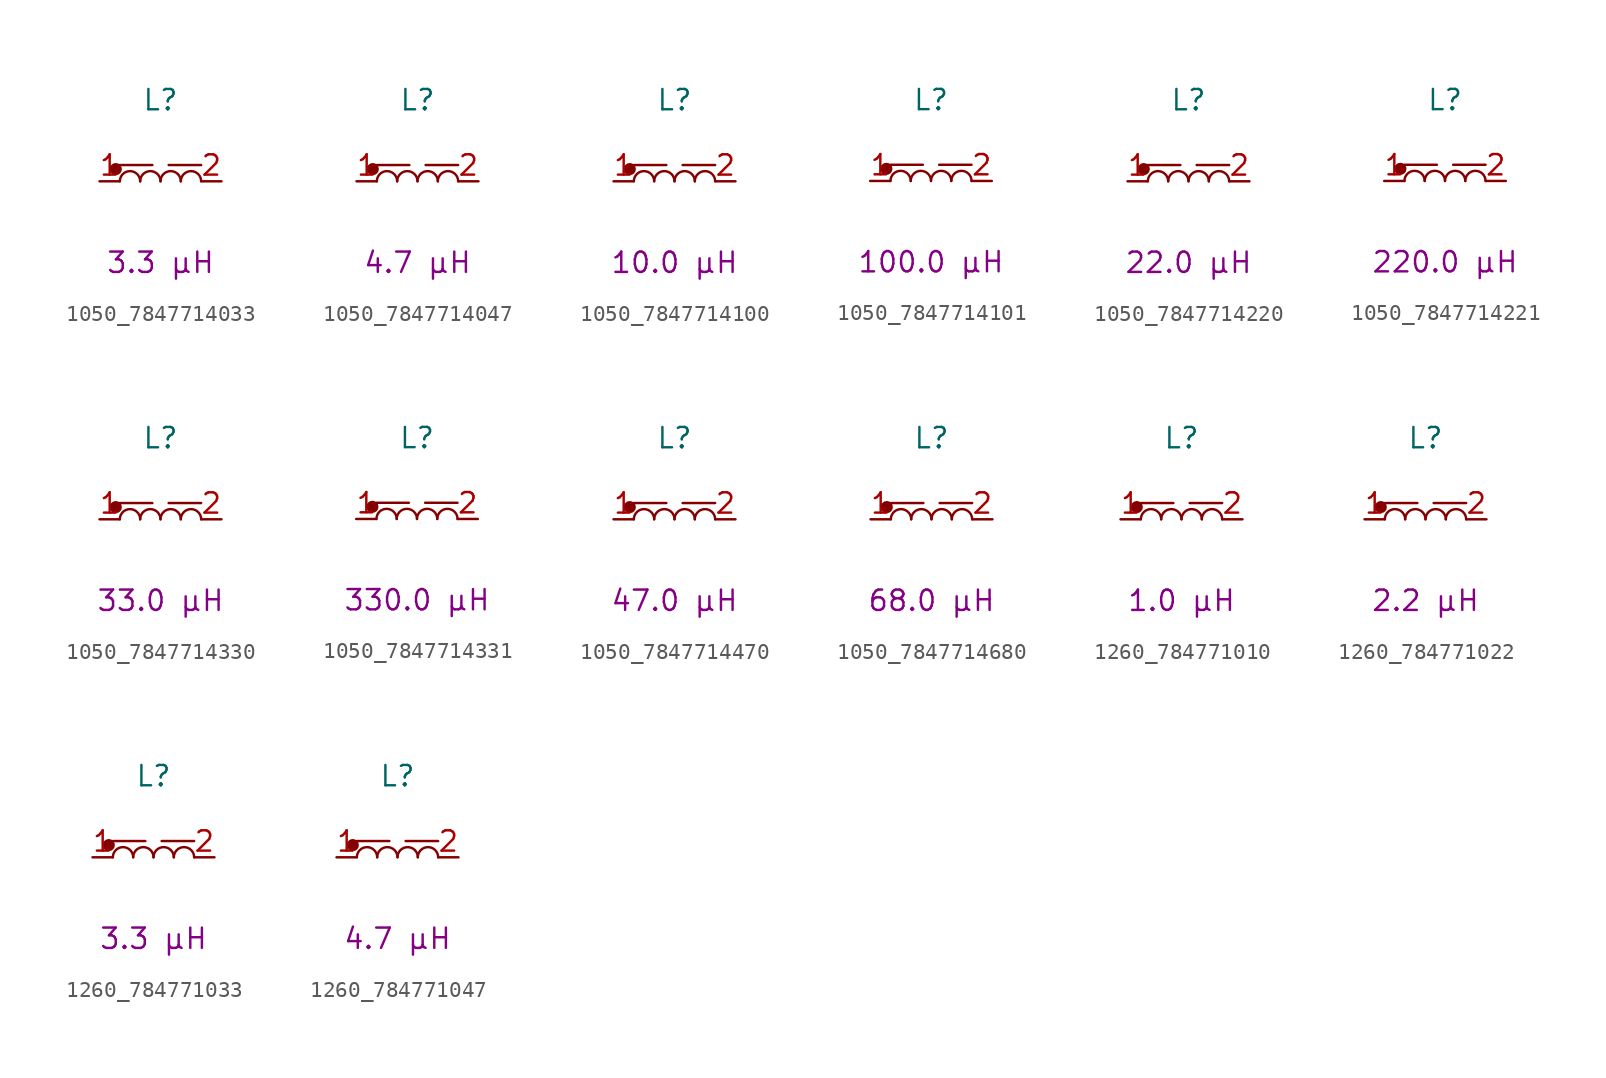
<source format=kicad_sym>
(kicad_symbol_lib
  (version 20220914)
  (generator kicad_symbol_editor)
  (symbol "1050_7847714033"
    (pin_names hide)
    (property "Reference" "L"
      (at 0 5.08 0)
      (effects (font (size 1.27 1.27))))
    (property "Critical Parameter" "3.3 µH"
      (at 0 -5.08 0)
      (effects (font (size 1.27 1.27))))
    (symbol "1050_7847714033_0_1"
      (arc (start -1.27 0) (mid -1.905 0.6323) (end -2.54 0) (stroke (width 0) (type default)) (fill (type none)))
      (arc (start 0 0) (mid -0.635 0.6323) (end -1.27 0) (stroke (width 0) (type default)) (fill (type none)))
      (polyline (pts (xy -2.54 1.016) (xy -0.508 1.016)) (stroke (width 0) (type default)) (fill (type none)))
      (arc (start 1.27 0) (mid 0.635 0.6323) (end 0 0) (stroke (width 0) (type default)) (fill (type none)))
      (arc (start 2.54 0) (mid 1.905 0.6323) (end 1.27 0) (stroke (width 0) (type default)) (fill (type none))))
    (symbol "1050_7847714033_1_1"
      (circle (center -2.794 0.762) (radius 0.0001) (stroke (width 0.381) (type default)) (fill (type none)))
      (polyline (pts (xy 2.54 1.016) (xy 0.508 1.016)) (stroke (width 0) (type default)) (fill (type none)))
      (pin passive line (at -3.81 0 0) (length 1.27) (name "1" (effects (font (size 1.27 1.27)))) (number "1" (effects (font (size 1.27 1.27)))))
      (pin passive line (at 3.81 0 180) (length 1.27) (name "2" (effects (font (size 1.27 1.27)))) (number "2" (effects (font (size 1.27 1.27)))))))
  (symbol "1050_7847714047"
    (pin_names hide)
    (property "Reference" "L"
      (at 0 5.08 0)
      (effects (font (size 1.27 1.27))))
    (property "Critical Parameter" "4.7 µH"
      (at 0 -5.08 0)
      (effects (font (size 1.27 1.27))))
    (symbol "1050_7847714047_0_1"
      (arc (start -1.27 0) (mid -1.905 0.6323) (end -2.54 0) (stroke (width 0) (type default)) (fill (type none)))
      (arc (start 0 0) (mid -0.635 0.6323) (end -1.27 0) (stroke (width 0) (type default)) (fill (type none)))
      (polyline (pts (xy -2.54 1.016) (xy -0.508 1.016)) (stroke (width 0) (type default)) (fill (type none)))
      (arc (start 1.27 0) (mid 0.635 0.6323) (end 0 0) (stroke (width 0) (type default)) (fill (type none)))
      (arc (start 2.54 0) (mid 1.905 0.6323) (end 1.27 0) (stroke (width 0) (type default)) (fill (type none))))
    (symbol "1050_7847714047_1_1"
      (circle (center -2.794 0.762) (radius 0.0001) (stroke (width 0.381) (type default)) (fill (type none)))
      (polyline (pts (xy 2.54 1.016) (xy 0.508 1.016)) (stroke (width 0) (type default)) (fill (type none)))
      (pin passive line (at -3.81 0 0) (length 1.27) (name "1" (effects (font (size 1.27 1.27)))) (number "1" (effects (font (size 1.27 1.27)))))
      (pin passive line (at 3.81 0 180) (length 1.27) (name "2" (effects (font (size 1.27 1.27)))) (number "2" (effects (font (size 1.27 1.27)))))))
  (symbol "1050_7847714100"
    (pin_names hide)
    (property "Reference" "L"
      (at 0 5.08 0)
      (effects (font (size 1.27 1.27))))
    (property "Critical Parameter" "10.0 µH"
      (at 0 -5.08 0)
      (effects (font (size 1.27 1.27))))
    (symbol "1050_7847714100_0_1"
      (arc (start -1.27 0) (mid -1.905 0.6323) (end -2.54 0) (stroke (width 0) (type default)) (fill (type none)))
      (arc (start 0 0) (mid -0.635 0.6323) (end -1.27 0) (stroke (width 0) (type default)) (fill (type none)))
      (polyline (pts (xy -2.54 1.016) (xy -0.508 1.016)) (stroke (width 0) (type default)) (fill (type none)))
      (arc (start 1.27 0) (mid 0.635 0.6323) (end 0 0) (stroke (width 0) (type default)) (fill (type none)))
      (arc (start 2.54 0) (mid 1.905 0.6323) (end 1.27 0) (stroke (width 0) (type default)) (fill (type none))))
    (symbol "1050_7847714100_1_1"
      (circle (center -2.794 0.762) (radius 0.0001) (stroke (width 0.381) (type default)) (fill (type none)))
      (polyline (pts (xy 2.54 1.016) (xy 0.508 1.016)) (stroke (width 0) (type default)) (fill (type none)))
      (pin passive line (at -3.81 0 0) (length 1.27) (name "1" (effects (font (size 1.27 1.27)))) (number "1" (effects (font (size 1.27 1.27)))))
      (pin passive line (at 3.81 0 180) (length 1.27) (name "2" (effects (font (size 1.27 1.27)))) (number "2" (effects (font (size 1.27 1.27)))))))
  (symbol "1050_7847714101"
    (pin_names hide)
    (property "Reference" "L"
      (at 0 5.08 0)
      (effects (font (size 1.27 1.27))))
    (property "Critical Parameter" "100.0 µH"
      (at 0 -5.08 0)
      (effects (font (size 1.27 1.27))))
    (symbol "1050_7847714101_0_1"
      (arc (start -1.27 0) (mid -1.905 0.6323) (end -2.54 0) (stroke (width 0) (type default)) (fill (type none)))
      (arc (start 0 0) (mid -0.635 0.6323) (end -1.27 0) (stroke (width 0) (type default)) (fill (type none)))
      (polyline (pts (xy -2.54 1.016) (xy -0.508 1.016)) (stroke (width 0) (type default)) (fill (type none)))
      (arc (start 1.27 0) (mid 0.635 0.6323) (end 0 0) (stroke (width 0) (type default)) (fill (type none)))
      (arc (start 2.54 0) (mid 1.905 0.6323) (end 1.27 0) (stroke (width 0) (type default)) (fill (type none))))
    (symbol "1050_7847714101_1_1"
      (circle (center -2.794 0.762) (radius 0.0001) (stroke (width 0.381) (type default)) (fill (type none)))
      (polyline (pts (xy 2.54 1.016) (xy 0.508 1.016)) (stroke (width 0) (type default)) (fill (type none)))
      (pin passive line (at -3.81 0 0) (length 1.27) (name "1" (effects (font (size 1.27 1.27)))) (number "1" (effects (font (size 1.27 1.27)))))
      (pin passive line (at 3.81 0 180) (length 1.27) (name "2" (effects (font (size 1.27 1.27)))) (number "2" (effects (font (size 1.27 1.27)))))))
  (symbol "1050_7847714220"
    (pin_names hide)
    (property "Reference" "L"
      (at 0 5.08 0)
      (effects (font (size 1.27 1.27))))
    (property "Critical Parameter" "22.0 µH"
      (at 0 -5.08 0)
      (effects (font (size 1.27 1.27))))
    (symbol "1050_7847714220_0_1"
      (arc (start -1.27 0) (mid -1.905 0.6323) (end -2.54 0) (stroke (width 0) (type default)) (fill (type none)))
      (arc (start 0 0) (mid -0.635 0.6323) (end -1.27 0) (stroke (width 0) (type default)) (fill (type none)))
      (polyline (pts (xy -2.54 1.016) (xy -0.508 1.016)) (stroke (width 0) (type default)) (fill (type none)))
      (arc (start 1.27 0) (mid 0.635 0.6323) (end 0 0) (stroke (width 0) (type default)) (fill (type none)))
      (arc (start 2.54 0) (mid 1.905 0.6323) (end 1.27 0) (stroke (width 0) (type default)) (fill (type none))))
    (symbol "1050_7847714220_1_1"
      (circle (center -2.794 0.762) (radius 0.0001) (stroke (width 0.381) (type default)) (fill (type none)))
      (polyline (pts (xy 2.54 1.016) (xy 0.508 1.016)) (stroke (width 0) (type default)) (fill (type none)))
      (pin passive line (at -3.81 0 0) (length 1.27) (name "1" (effects (font (size 1.27 1.27)))) (number "1" (effects (font (size 1.27 1.27)))))
      (pin passive line (at 3.81 0 180) (length 1.27) (name "2" (effects (font (size 1.27 1.27)))) (number "2" (effects (font (size 1.27 1.27)))))))
  (symbol "1050_7847714221"
    (pin_names hide)
    (property "Reference" "L"
      (at 0 5.08 0)
      (effects (font (size 1.27 1.27))))
    (property "Critical Parameter" "220.0 µH"
      (at 0 -5.08 0)
      (effects (font (size 1.27 1.27))))
    (symbol "1050_7847714221_0_1"
      (arc (start -1.27 0) (mid -1.905 0.6323) (end -2.54 0) (stroke (width 0) (type default)) (fill (type none)))
      (arc (start 0 0) (mid -0.635 0.6323) (end -1.27 0) (stroke (width 0) (type default)) (fill (type none)))
      (polyline (pts (xy -2.54 1.016) (xy -0.508 1.016)) (stroke (width 0) (type default)) (fill (type none)))
      (arc (start 1.27 0) (mid 0.635 0.6323) (end 0 0) (stroke (width 0) (type default)) (fill (type none)))
      (arc (start 2.54 0) (mid 1.905 0.6323) (end 1.27 0) (stroke (width 0) (type default)) (fill (type none))))
    (symbol "1050_7847714221_1_1"
      (circle (center -2.794 0.762) (radius 0.0001) (stroke (width 0.381) (type default)) (fill (type none)))
      (polyline (pts (xy 2.54 1.016) (xy 0.508 1.016)) (stroke (width 0) (type default)) (fill (type none)))
      (pin passive line (at -3.81 0 0) (length 1.27) (name "1" (effects (font (size 1.27 1.27)))) (number "1" (effects (font (size 1.27 1.27)))))
      (pin passive line (at 3.81 0 180) (length 1.27) (name "2" (effects (font (size 1.27 1.27)))) (number "2" (effects (font (size 1.27 1.27)))))))
  (symbol "1050_7847714330"
    (pin_names hide)
    (property "Reference" "L"
      (at 0 5.08 0)
      (effects (font (size 1.27 1.27))))
    (property "Critical Parameter" "33.0 µH"
      (at 0 -5.08 0)
      (effects (font (size 1.27 1.27))))
    (symbol "1050_7847714330_0_1"
      (arc (start -1.27 0) (mid -1.905 0.6323) (end -2.54 0) (stroke (width 0) (type default)) (fill (type none)))
      (arc (start 0 0) (mid -0.635 0.6323) (end -1.27 0) (stroke (width 0) (type default)) (fill (type none)))
      (polyline (pts (xy -2.54 1.016) (xy -0.508 1.016)) (stroke (width 0) (type default)) (fill (type none)))
      (arc (start 1.27 0) (mid 0.635 0.6323) (end 0 0) (stroke (width 0) (type default)) (fill (type none)))
      (arc (start 2.54 0) (mid 1.905 0.6323) (end 1.27 0) (stroke (width 0) (type default)) (fill (type none))))
    (symbol "1050_7847714330_1_1"
      (circle (center -2.794 0.762) (radius 0.0001) (stroke (width 0.381) (type default)) (fill (type none)))
      (polyline (pts (xy 2.54 1.016) (xy 0.508 1.016)) (stroke (width 0) (type default)) (fill (type none)))
      (pin passive line (at -3.81 0 0) (length 1.27) (name "1" (effects (font (size 1.27 1.27)))) (number "1" (effects (font (size 1.27 1.27)))))
      (pin passive line (at 3.81 0 180) (length 1.27) (name "2" (effects (font (size 1.27 1.27)))) (number "2" (effects (font (size 1.27 1.27)))))))
  (symbol "1050_7847714331"
    (pin_names hide)
    (property "Reference" "L"
      (at 0 5.08 0)
      (effects (font (size 1.27 1.27))))
    (property "Critical Parameter" "330.0 µH"
      (at 0 -5.08 0)
      (effects (font (size 1.27 1.27))))
    (symbol "1050_7847714331_0_1"
      (arc (start -1.27 0) (mid -1.905 0.6323) (end -2.54 0) (stroke (width 0) (type default)) (fill (type none)))
      (arc (start 0 0) (mid -0.635 0.6323) (end -1.27 0) (stroke (width 0) (type default)) (fill (type none)))
      (polyline (pts (xy -2.54 1.016) (xy -0.508 1.016)) (stroke (width 0) (type default)) (fill (type none)))
      (arc (start 1.27 0) (mid 0.635 0.6323) (end 0 0) (stroke (width 0) (type default)) (fill (type none)))
      (arc (start 2.54 0) (mid 1.905 0.6323) (end 1.27 0) (stroke (width 0) (type default)) (fill (type none))))
    (symbol "1050_7847714331_1_1"
      (circle (center -2.794 0.762) (radius 0.0001) (stroke (width 0.381) (type default)) (fill (type none)))
      (polyline (pts (xy 2.54 1.016) (xy 0.508 1.016)) (stroke (width 0) (type default)) (fill (type none)))
      (pin passive line (at -3.81 0 0) (length 1.27) (name "1" (effects (font (size 1.27 1.27)))) (number "1" (effects (font (size 1.27 1.27)))))
      (pin passive line (at 3.81 0 180) (length 1.27) (name "2" (effects (font (size 1.27 1.27)))) (number "2" (effects (font (size 1.27 1.27)))))))
  (symbol "1050_7847714470"
    (pin_names hide)
    (property "Reference" "L"
      (at 0 5.08 0)
      (effects (font (size 1.27 1.27))))
    (property "Critical Parameter" "47.0 µH"
      (at 0 -5.08 0)
      (effects (font (size 1.27 1.27))))
    (symbol "1050_7847714470_0_1"
      (arc (start -1.27 0) (mid -1.905 0.6323) (end -2.54 0) (stroke (width 0) (type default)) (fill (type none)))
      (arc (start 0 0) (mid -0.635 0.6323) (end -1.27 0) (stroke (width 0) (type default)) (fill (type none)))
      (polyline (pts (xy -2.54 1.016) (xy -0.508 1.016)) (stroke (width 0) (type default)) (fill (type none)))
      (arc (start 1.27 0) (mid 0.635 0.6323) (end 0 0) (stroke (width 0) (type default)) (fill (type none)))
      (arc (start 2.54 0) (mid 1.905 0.6323) (end 1.27 0) (stroke (width 0) (type default)) (fill (type none))))
    (symbol "1050_7847714470_1_1"
      (circle (center -2.794 0.762) (radius 0.0001) (stroke (width 0.381) (type default)) (fill (type none)))
      (polyline (pts (xy 2.54 1.016) (xy 0.508 1.016)) (stroke (width 0) (type default)) (fill (type none)))
      (pin passive line (at -3.81 0 0) (length 1.27) (name "1" (effects (font (size 1.27 1.27)))) (number "1" (effects (font (size 1.27 1.27)))))
      (pin passive line (at 3.81 0 180) (length 1.27) (name "2" (effects (font (size 1.27 1.27)))) (number "2" (effects (font (size 1.27 1.27)))))))
  (symbol "1050_7847714680"
    (pin_names hide)
    (property "Reference" "L"
      (at 0 5.08 0)
      (effects (font (size 1.27 1.27))))
    (property "Critical Parameter" "68.0 µH"
      (at 0 -5.08 0)
      (effects (font (size 1.27 1.27))))
    (symbol "1050_7847714680_0_1"
      (arc (start -1.27 0) (mid -1.905 0.6323) (end -2.54 0) (stroke (width 0) (type default)) (fill (type none)))
      (arc (start 0 0) (mid -0.635 0.6323) (end -1.27 0) (stroke (width 0) (type default)) (fill (type none)))
      (polyline (pts (xy -2.54 1.016) (xy -0.508 1.016)) (stroke (width 0) (type default)) (fill (type none)))
      (arc (start 1.27 0) (mid 0.635 0.6323) (end 0 0) (stroke (width 0) (type default)) (fill (type none)))
      (arc (start 2.54 0) (mid 1.905 0.6323) (end 1.27 0) (stroke (width 0) (type default)) (fill (type none))))
    (symbol "1050_7847714680_1_1"
      (circle (center -2.794 0.762) (radius 0.0001) (stroke (width 0.381) (type default)) (fill (type none)))
      (polyline (pts (xy 2.54 1.016) (xy 0.508 1.016)) (stroke (width 0) (type default)) (fill (type none)))
      (pin passive line (at -3.81 0 0) (length 1.27) (name "1" (effects (font (size 1.27 1.27)))) (number "1" (effects (font (size 1.27 1.27)))))
      (pin passive line (at 3.81 0 180) (length 1.27) (name "2" (effects (font (size 1.27 1.27)))) (number "2" (effects (font (size 1.27 1.27)))))))
  (symbol "1260_784771010"
    (pin_names hide)
    (property "Reference" "L"
      (at 0 5.08 0)
      (effects (font (size 1.27 1.27))))
    (property "Critical Parameter" "1.0 µH"
      (at 0 -5.08 0)
      (effects (font (size 1.27 1.27))))
    (symbol "1260_784771010_0_1"
      (arc (start -1.27 0) (mid -1.905 0.6323) (end -2.54 0) (stroke (width 0) (type default)) (fill (type none)))
      (arc (start 0 0) (mid -0.635 0.6323) (end -1.27 0) (stroke (width 0) (type default)) (fill (type none)))
      (polyline (pts (xy -2.54 1.016) (xy -0.508 1.016)) (stroke (width 0) (type default)) (fill (type none)))
      (arc (start 1.27 0) (mid 0.635 0.6323) (end 0 0) (stroke (width 0) (type default)) (fill (type none)))
      (arc (start 2.54 0) (mid 1.905 0.6323) (end 1.27 0) (stroke (width 0) (type default)) (fill (type none))))
    (symbol "1260_784771010_1_1"
      (circle (center -2.794 0.762) (radius 0.0001) (stroke (width 0.381) (type default)) (fill (type none)))
      (polyline (pts (xy 2.54 1.016) (xy 0.508 1.016)) (stroke (width 0) (type default)) (fill (type none)))
      (pin passive line (at -3.81 0 0) (length 1.27) (name "1" (effects (font (size 1.27 1.27)))) (number "1" (effects (font (size 1.27 1.27)))))
      (pin passive line (at 3.81 0 180) (length 1.27) (name "2" (effects (font (size 1.27 1.27)))) (number "2" (effects (font (size 1.27 1.27)))))))
  (symbol "1260_784771022"
    (pin_names hide)
    (property "Reference" "L"
      (at 0 5.08 0)
      (effects (font (size 1.27 1.27))))
    (property "Critical Parameter" "2.2 µH"
      (at 0 -5.08 0)
      (effects (font (size 1.27 1.27))))
    (symbol "1260_784771022_0_1"
      (arc (start -1.27 0) (mid -1.905 0.6323) (end -2.54 0) (stroke (width 0) (type default)) (fill (type none)))
      (arc (start 0 0) (mid -0.635 0.6323) (end -1.27 0) (stroke (width 0) (type default)) (fill (type none)))
      (polyline (pts (xy -2.54 1.016) (xy -0.508 1.016)) (stroke (width 0) (type default)) (fill (type none)))
      (arc (start 1.27 0) (mid 0.635 0.6323) (end 0 0) (stroke (width 0) (type default)) (fill (type none)))
      (arc (start 2.54 0) (mid 1.905 0.6323) (end 1.27 0) (stroke (width 0) (type default)) (fill (type none))))
    (symbol "1260_784771022_1_1"
      (circle (center -2.794 0.762) (radius 0.0001) (stroke (width 0.381) (type default)) (fill (type none)))
      (polyline (pts (xy 2.54 1.016) (xy 0.508 1.016)) (stroke (width 0) (type default)) (fill (type none)))
      (pin passive line (at -3.81 0 0) (length 1.27) (name "1" (effects (font (size 1.27 1.27)))) (number "1" (effects (font (size 1.27 1.27)))))
      (pin passive line (at 3.81 0 180) (length 1.27) (name "2" (effects (font (size 1.27 1.27)))) (number "2" (effects (font (size 1.27 1.27)))))))
  (symbol "1260_784771033"
    (pin_names hide)
    (property "Reference" "L"
      (at 0 5.08 0)
      (effects (font (size 1.27 1.27))))
    (property "Critical Parameter" "3.3 µH"
      (at 0 -5.08 0)
      (effects (font (size 1.27 1.27))))
    (symbol "1260_784771033_0_1"
      (arc (start -1.27 0) (mid -1.905 0.6323) (end -2.54 0) (stroke (width 0) (type default)) (fill (type none)))
      (arc (start 0 0) (mid -0.635 0.6323) (end -1.27 0) (stroke (width 0) (type default)) (fill (type none)))
      (polyline (pts (xy -2.54 1.016) (xy -0.508 1.016)) (stroke (width 0) (type default)) (fill (type none)))
      (arc (start 1.27 0) (mid 0.635 0.6323) (end 0 0) (stroke (width 0) (type default)) (fill (type none)))
      (arc (start 2.54 0) (mid 1.905 0.6323) (end 1.27 0) (stroke (width 0) (type default)) (fill (type none))))
    (symbol "1260_784771033_1_1"
      (circle (center -2.794 0.762) (radius 0.0001) (stroke (width 0.381) (type default)) (fill (type none)))
      (polyline (pts (xy 2.54 1.016) (xy 0.508 1.016)) (stroke (width 0) (type default)) (fill (type none)))
      (pin passive line (at -3.81 0 0) (length 1.27) (name "1" (effects (font (size 1.27 1.27)))) (number "1" (effects (font (size 1.27 1.27)))))
      (pin passive line (at 3.81 0 180) (length 1.27) (name "2" (effects (font (size 1.27 1.27)))) (number "2" (effects (font (size 1.27 1.27)))))))
  (symbol "1260_784771047"
    (pin_names hide)
    (property "Reference" "L"
      (at 0 5.08 0)
      (effects (font (size 1.27 1.27))))
    (property "Critical Parameter" "4.7 µH"
      (at 0 -5.08 0)
      (effects (font (size 1.27 1.27))))
    (symbol "1260_784771047_0_1"
      (arc (start -1.27 0) (mid -1.905 0.6323) (end -2.54 0) (stroke (width 0) (type default)) (fill (type none)))
      (arc (start 0 0) (mid -0.635 0.6323) (end -1.27 0) (stroke (width 0) (type default)) (fill (type none)))
      (polyline (pts (xy -2.54 1.016) (xy -0.508 1.016)) (stroke (width 0) (type default)) (fill (type none)))
      (arc (start 1.27 0) (mid 0.635 0.6323) (end 0 0) (stroke (width 0) (type default)) (fill (type none)))
      (arc (start 2.54 0) (mid 1.905 0.6323) (end 1.27 0) (stroke (width 0) (type default)) (fill (type none))))
    (symbol "1260_784771047_1_1"
      (circle (center -2.794 0.762) (radius 0.0001) (stroke (width 0.381) (type default)) (fill (type none)))
      (polyline (pts (xy 2.54 1.016) (xy 0.508 1.016)) (stroke (width 0) (type default)) (fill (type none)))
      (pin passive line (at -3.81 0 0) (length 1.27) (name "1" (effects (font (size 1.27 1.27)))) (number "1" (effects (font (size 1.27 1.27)))))
      (pin passive line (at 3.81 0 180) (length 1.27) (name "2" (effects (font (size 1.27 1.27)))) (number "2" (effects (font (size 1.27 1.27))))))))
</source>
